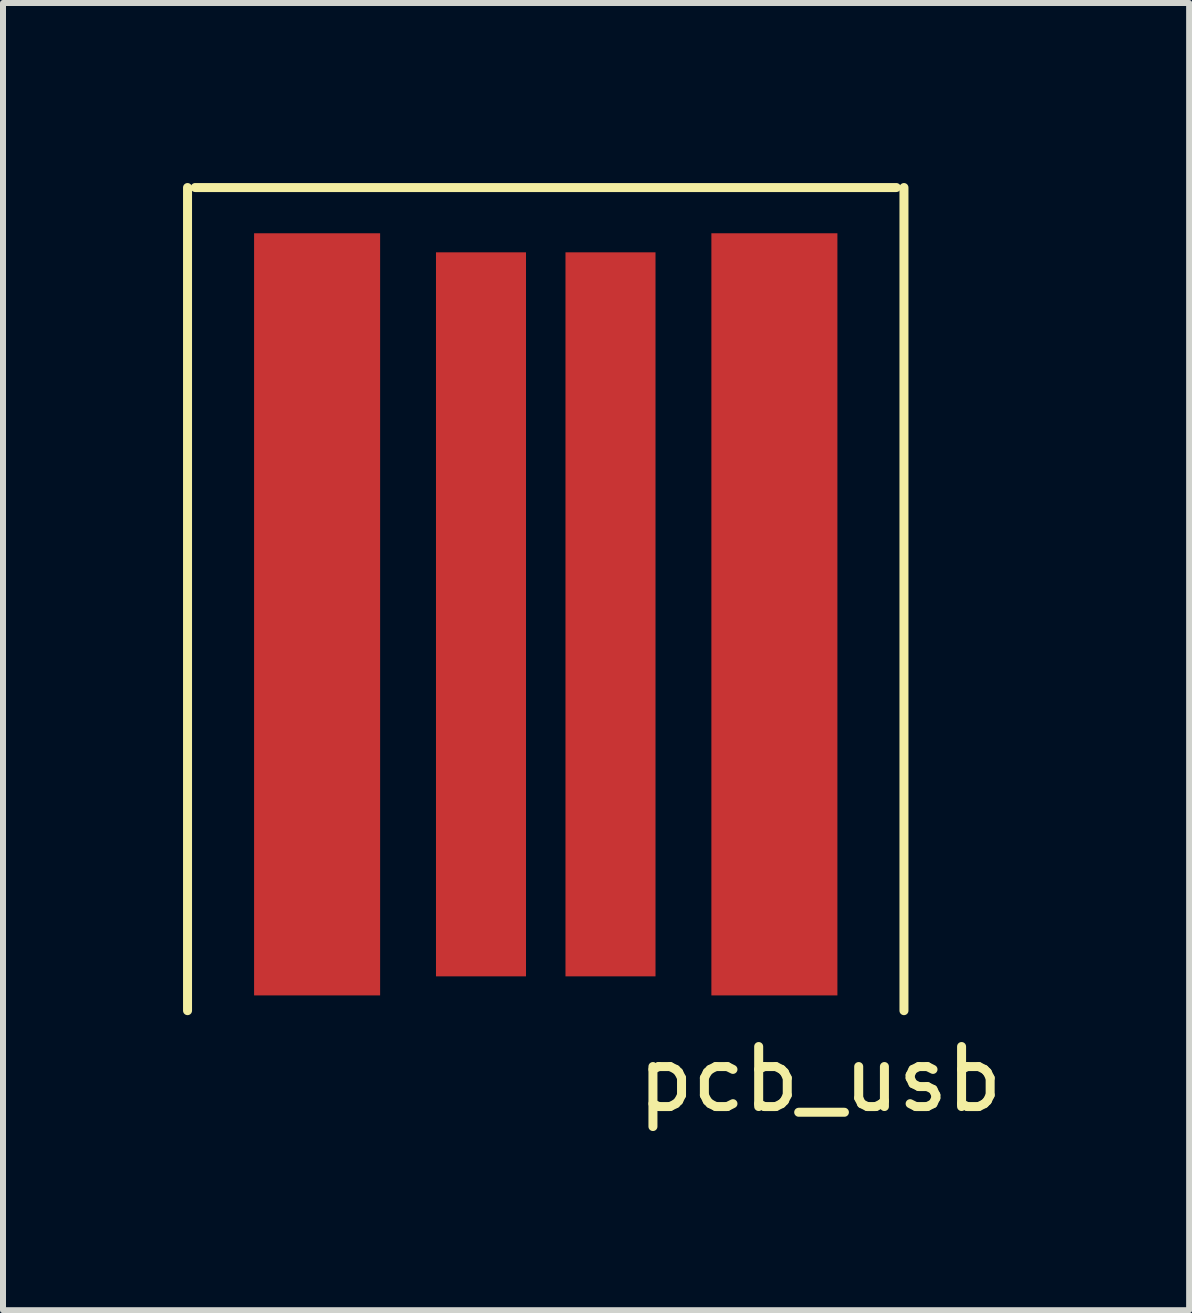
<source format=kicad_pcb>
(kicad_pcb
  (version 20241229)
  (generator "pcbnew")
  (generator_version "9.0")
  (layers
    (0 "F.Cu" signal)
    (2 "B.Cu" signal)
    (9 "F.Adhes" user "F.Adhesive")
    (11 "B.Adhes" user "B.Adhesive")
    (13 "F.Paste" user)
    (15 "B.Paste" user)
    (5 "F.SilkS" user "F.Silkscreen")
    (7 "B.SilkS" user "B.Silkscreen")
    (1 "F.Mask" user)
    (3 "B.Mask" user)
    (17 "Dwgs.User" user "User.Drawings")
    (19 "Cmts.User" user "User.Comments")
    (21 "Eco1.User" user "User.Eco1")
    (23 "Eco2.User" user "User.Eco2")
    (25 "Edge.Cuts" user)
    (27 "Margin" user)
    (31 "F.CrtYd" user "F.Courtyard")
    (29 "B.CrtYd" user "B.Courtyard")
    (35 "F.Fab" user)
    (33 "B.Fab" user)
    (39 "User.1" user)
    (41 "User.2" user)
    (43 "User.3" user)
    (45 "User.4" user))
  (footprint "pcb_usb"
    (layer "F.Cu")
    (at 6.044 7.187)
    (property "Reference" "pcb_usb" (at 4.572 7.747 0) (layer "F.SilkS") (effects (font (size 1 1) (thickness 0.15))))
    (attr through_hole)
    (fp_line (start -5.969 -7.112) (end -5.969 6.604) (stroke (width 0.15) (type solid)) (layer "F.SilkS"))
    (fp_line (start 5.842 -7.112) (end -5.842 -7.112) (stroke (width 0.15) (type solid)) (layer "F.SilkS"))
    (fp_line (start 5.969 6.604) (end 5.969 -7.112) (stroke (width 0.15) (type solid)) (layer "F.SilkS"))
    (pad "1" smd rect (at -3.81 0) (size 2.1 12.7) (layers "F.Cu" "F.Mask" "F.Paste"))
    (pad "2" smd rect (at -1.079 0) (size 1.5 12.065) (layers "F.Cu" "F.Mask" "F.Paste"))
    (pad "3" smd rect (at 1.079 0) (size 1.5 12.065) (layers "F.Cu" "F.Mask" "F.Paste"))
    (pad "4" smd rect (at 3.81 0) (size 2.1 12.7) (layers "F.Cu" "F.Mask" "F.Paste")))
  (gr_rect
    (start -3 -3)
    (end 16.765 18.782)
    (stroke (width 0.1) (type default))
    (fill no)
    (layer "Edge.Cuts")))
</source>
